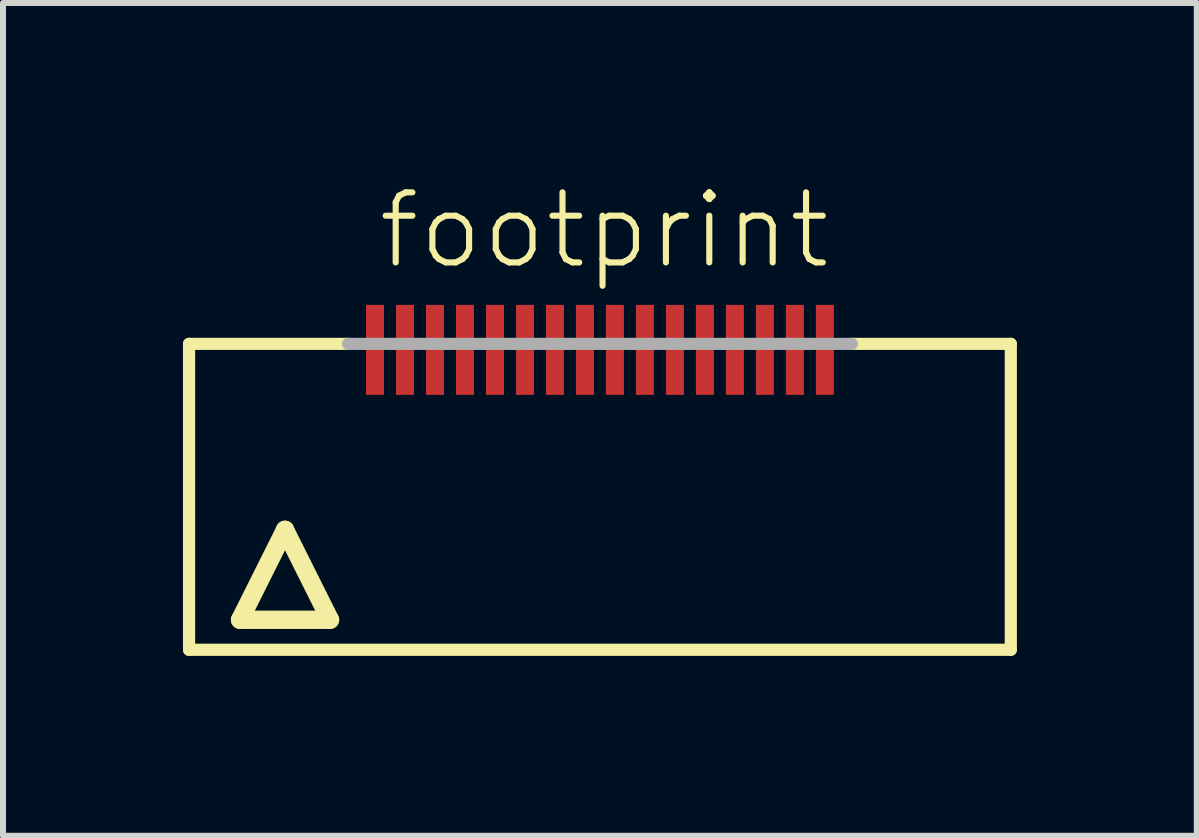
<source format=kicad_pcb>
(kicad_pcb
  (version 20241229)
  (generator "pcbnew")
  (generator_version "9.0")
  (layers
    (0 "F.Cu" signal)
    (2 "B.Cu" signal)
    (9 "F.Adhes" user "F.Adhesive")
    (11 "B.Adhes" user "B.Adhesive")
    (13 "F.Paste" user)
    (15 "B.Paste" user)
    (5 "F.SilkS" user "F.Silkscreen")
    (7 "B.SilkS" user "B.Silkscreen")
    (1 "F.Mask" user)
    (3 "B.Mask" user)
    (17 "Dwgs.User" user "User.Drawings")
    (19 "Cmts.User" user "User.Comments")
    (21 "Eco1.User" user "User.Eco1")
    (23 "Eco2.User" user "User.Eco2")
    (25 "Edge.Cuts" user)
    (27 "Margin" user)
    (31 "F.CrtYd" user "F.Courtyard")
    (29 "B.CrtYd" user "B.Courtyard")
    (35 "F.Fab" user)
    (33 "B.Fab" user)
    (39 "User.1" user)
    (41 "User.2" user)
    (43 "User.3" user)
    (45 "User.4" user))
  (footprint "footprint"
    (layer "F.Cu")
    (at 6.952 5.283)
    (property "Reference" "footprint" (at -3.75 -3.81 0) (layer "F.SilkS") (effects (font (size 1.168 1.168) (thickness 0.102)) (justify left bottom)))
    (fp_line (start -6.85 -2.6) (end -4.2 -2.6) (stroke (width 0.203) (type solid)) (layer "F.SilkS"))
    (fp_line (start -6.85 2.5) (end -6.85 -2.6) (stroke (width 0.203) (type solid)) (layer "F.SilkS"))
    (fp_line (start -6 2) (end -4.5 2) (stroke (width 0.305) (type solid)) (layer "F.SilkS"))
    (fp_line (start -5.25 0.5) (end -6 2) (stroke (width 0.305) (type solid)) (layer "F.SilkS"))
    (fp_line (start -4.5 2) (end -5.25 0.5) (stroke (width 0.305) (type solid)) (layer "F.SilkS"))
    (fp_line (start 4.2 -2.6) (end 6.85 -2.6) (stroke (width 0.203) (type solid)) (layer "F.SilkS"))
    (fp_line (start 6.85 -2.6) (end 6.85 2.5) (stroke (width 0.203) (type solid)) (layer "F.SilkS"))
    (fp_line (start 6.85 2.5) (end -6.85 2.5) (stroke (width 0.203) (type solid)) (layer "F.SilkS"))
    (fp_line (start -4.2 -2.6) (end 4.2 -2.6) (stroke (width 0.203) (type solid)) (layer "F.Fab"))
    (pad "1" smd rect (at -3.75 -2.5) (size 0.3 1.5) (layers "F.Cu" "F.Mask" "F.Paste"))
    (pad "2" smd rect (at -3.25 -2.5) (size 0.3 1.5) (layers "F.Cu" "F.Mask" "F.Paste"))
    (pad "3" smd rect (at -2.75 -2.5) (size 0.3 1.5) (layers "F.Cu" "F.Mask" "F.Paste"))
    (pad "4" smd rect (at -2.25 -2.5) (size 0.3 1.5) (layers "F.Cu" "F.Mask" "F.Paste"))
    (pad "5" smd rect (at -1.75 -2.5) (size 0.3 1.5) (layers "F.Cu" "F.Mask" "F.Paste"))
    (pad "6" smd rect (at -1.25 -2.5) (size 0.3 1.5) (layers "F.Cu" "F.Mask" "F.Paste"))
    (pad "7" smd rect (at -0.75 -2.5) (size 0.3 1.5) (layers "F.Cu" "F.Mask" "F.Paste"))
    (pad "8" smd rect (at -0.25 -2.5) (size 0.3 1.5) (layers "F.Cu" "F.Mask" "F.Paste"))
    (pad "9" smd rect (at 0.25 -2.5) (size 0.3 1.5) (layers "F.Cu" "F.Mask" "F.Paste"))
    (pad "10" smd rect (at 0.75 -2.5) (size 0.3 1.5) (layers "F.Cu" "F.Mask" "F.Paste"))
    (pad "11" smd rect (at 1.25 -2.5) (size 0.3 1.5) (layers "F.Cu" "F.Mask" "F.Paste"))
    (pad "12" smd rect (at 1.75 -2.5) (size 0.3 1.5) (layers "F.Cu" "F.Mask" "F.Paste"))
    (pad "13" smd rect (at 2.25 -2.5) (size 0.3 1.5) (layers "F.Cu" "F.Mask" "F.Paste"))
    (pad "14" smd rect (at 2.75 -2.5) (size 0.3 1.5) (layers "F.Cu" "F.Mask" "F.Paste"))
    (pad "15" smd rect (at 3.25 -2.5) (size 0.3 1.5) (layers "F.Cu" "F.Mask" "F.Paste"))
    (pad "16" smd rect (at 3.75 -2.5) (size 0.3 1.5) (layers "F.Cu" "F.Mask" "F.Paste")))
  (gr_rect
    (start -3 -3)
    (end 16.903 10.885)
    (stroke (width 0.1) (type default))
    (fill no)
    (layer "Edge.Cuts")))
</source>
